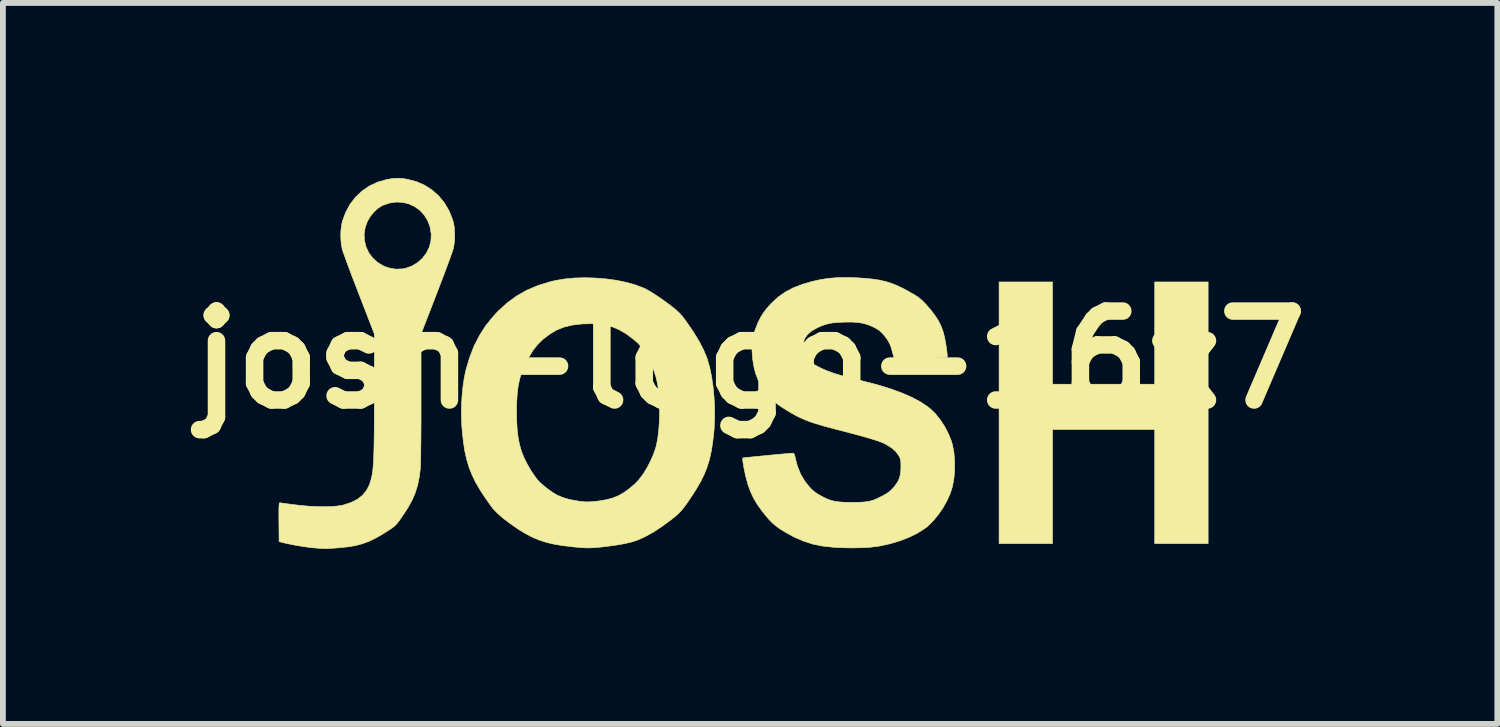
<source format=kicad_pcb>
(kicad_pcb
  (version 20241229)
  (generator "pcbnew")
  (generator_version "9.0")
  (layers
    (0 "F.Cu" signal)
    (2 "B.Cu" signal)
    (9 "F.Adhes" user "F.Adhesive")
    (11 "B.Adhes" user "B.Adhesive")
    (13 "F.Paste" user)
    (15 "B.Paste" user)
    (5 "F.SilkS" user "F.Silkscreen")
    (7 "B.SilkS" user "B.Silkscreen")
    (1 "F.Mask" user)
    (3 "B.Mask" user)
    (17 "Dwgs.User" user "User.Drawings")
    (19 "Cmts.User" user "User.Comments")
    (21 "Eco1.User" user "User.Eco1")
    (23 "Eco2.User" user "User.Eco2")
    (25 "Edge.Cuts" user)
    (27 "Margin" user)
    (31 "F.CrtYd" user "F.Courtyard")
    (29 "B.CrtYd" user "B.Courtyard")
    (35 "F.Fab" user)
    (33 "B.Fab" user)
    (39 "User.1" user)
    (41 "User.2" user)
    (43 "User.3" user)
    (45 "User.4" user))
  (footprint "josh-logo-16x7"
    (layer "F.Cu")
    (at 9.804 3.115)
    (property "Reference" "josh-logo-16x7" (at 0 0 0) (layer "F.SilkS") (effects (font (size 1.524 1.524) (thickness 0.3))))
    (attr through_hole)
    (fp_poly (pts (xy 5.182 0.419) (xy 6.934 0.419) (xy 6.934 -1.333) (xy 7.849 -1.333) (xy 7.849 3.15) (xy 6.934 3.15) (xy 6.934 1.194) (xy 5.182 1.194) (xy 5.182 3.15) (xy 4.267 3.15) (xy 4.267 -1.333) (xy 5.182 -1.333) (xy 5.182 0.419)) (stroke (width 0.01) (type solid)) (fill yes) (layer "F.SilkS"))
    (fp_poly (pts (xy -5.943 -3.104) (xy -5.874 -3.093) (xy -5.719 -3.053) (xy -5.577 -2.991) (xy -5.449 -2.908) (xy -5.335 -2.807) (xy -5.238 -2.688) (xy -5.158 -2.552) (xy -5.098 -2.402) (xy -5.087 -2.362) (xy -5.071 -2.283) (xy -5.064 -2.188) (xy -5.063 -2.088) (xy -5.071 -1.99) (xy -5.086 -1.906) (xy -5.086 -1.905) (xy -5.095 -1.876) (xy -5.112 -1.825) (xy -5.137 -1.756) (xy -5.168 -1.67) (xy -5.205 -1.571) (xy -5.246 -1.46) (xy -5.292 -1.341) (xy -5.34 -1.216) (xy -5.374 -1.126) (xy -5.639 -0.442) (xy -5.639 0.647) (xy -5.639 0.85) (xy -5.639 1.04) (xy -5.64 1.214) (xy -5.641 1.371) (xy -5.643 1.509) (xy -5.644 1.628) (xy -5.646 1.727) (xy -5.648 1.803) (xy -5.651 1.856) (xy -5.652 1.874) (xy -5.671 2.02) (xy -5.698 2.151) (xy -5.736 2.274) (xy -5.787 2.395) (xy -5.853 2.518) (xy -5.937 2.649) (xy -5.967 2.692) (xy -6.009 2.753) (xy -6.043 2.797) (xy -6.073 2.831) (xy -6.103 2.859) (xy -6.139 2.886) (xy -6.187 2.917) (xy -6.192 2.921) (xy -6.318 3) (xy -6.43 3.063) (xy -6.535 3.113) (xy -6.638 3.151) (xy -6.745 3.18) (xy -6.862 3.202) (xy -6.993 3.217) (xy -7.081 3.225) (xy -7.153 3.23) (xy -7.207 3.234) (xy -7.252 3.236) (xy -7.294 3.236) (xy -7.339 3.234) (xy -7.395 3.23) (xy -7.469 3.224) (xy -7.48 3.224) (xy -7.548 3.216) (xy -7.634 3.204) (xy -7.729 3.189) (xy -7.826 3.172) (xy -7.918 3.153) (xy -7.997 3.136) (xy -8.033 3.126) (xy -8.071 3.116) (xy -8.074 2.784) (xy -8.075 2.679) (xy -8.075 2.597) (xy -8.074 2.536) (xy -8.072 2.494) (xy -8.069 2.467) (xy -8.065 2.454) (xy -8.062 2.451) (xy -8.044 2.453) (xy -8.006 2.458) (xy -7.953 2.465) (xy -7.89 2.474) (xy -7.874 2.476) (xy -7.728 2.494) (xy -7.581 2.508) (xy -7.439 2.516) (xy -7.305 2.518) (xy -7.183 2.516) (xy -7.076 2.507) (xy -6.99 2.494) (xy -6.97 2.489) (xy -6.84 2.447) (xy -6.731 2.392) (xy -6.643 2.324) (xy -6.574 2.24) (xy -6.522 2.141) (xy -6.488 2.026) (xy -6.479 1.984) (xy -6.472 1.94) (xy -6.465 1.891) (xy -6.46 1.835) (xy -6.455 1.772) (xy -6.451 1.698) (xy -6.448 1.613) (xy -6.445 1.515) (xy -6.443 1.401) (xy -6.441 1.271) (xy -6.44 1.122) (xy -6.439 0.953) (xy -6.439 0.762) (xy -6.439 0.576) (xy -6.439 -0.443) (xy -6.701 -1.12) (xy -6.75 -1.248) (xy -6.798 -1.371) (xy -6.842 -1.487) (xy -6.882 -1.594) (xy -6.917 -1.689) (xy -6.946 -1.769) (xy -6.969 -1.832) (xy -6.984 -1.876) (xy -6.989 -1.892) (xy -7.006 -1.985) (xy -7.014 -2.09) (xy -7.014 -2.151) (xy -6.614 -2.151) (xy -6.608 -2.04) (xy -6.581 -1.934) (xy -6.535 -1.834) (xy -6.469 -1.746) (xy -6.387 -1.67) (xy -6.289 -1.61) (xy -6.194 -1.574) (xy -6.076 -1.553) (xy -5.958 -1.557) (xy -5.905 -1.567) (xy -5.796 -1.606) (xy -5.698 -1.664) (xy -5.614 -1.74) (xy -5.546 -1.829) (xy -5.497 -1.93) (xy -5.469 -2.039) (xy -5.464 -2.153) (xy -5.465 -2.158) (xy -5.485 -2.279) (xy -5.526 -2.387) (xy -5.585 -2.481) (xy -5.659 -2.561) (xy -5.746 -2.624) (xy -5.844 -2.67) (xy -5.95 -2.697) (xy -6.062 -2.703) (xy -6.177 -2.686) (xy -6.292 -2.647) (xy -6.311 -2.638) (xy -6.381 -2.593) (xy -6.449 -2.53) (xy -6.51 -2.454) (xy -6.557 -2.374) (xy -6.597 -2.263) (xy -6.614 -2.151) (xy -7.014 -2.151) (xy -7.013 -2.199) (xy -7.002 -2.301) (xy -6.987 -2.372) (xy -6.931 -2.525) (xy -6.856 -2.663) (xy -6.762 -2.786) (xy -6.652 -2.89) (xy -6.526 -2.977) (xy -6.386 -3.043) (xy -6.234 -3.087) (xy -6.204 -3.093) (xy -6.11 -3.107) (xy -6.028 -3.11) (xy -5.943 -3.104)) (stroke (width 0.01) (type solid)) (fill yes) (layer "F.SilkS"))
    (fp_poly (pts (xy -2.642 -1.4) (xy -2.46 -1.385) (xy -2.283 -1.36) (xy -2.116 -1.325) (xy -1.963 -1.282) (xy -1.828 -1.23) (xy -1.784 -1.21) (xy -1.719 -1.173) (xy -1.64 -1.124) (xy -1.552 -1.066) (xy -1.46 -1.001) (xy -1.369 -0.934) (xy -1.34 -0.911) (xy -1.277 -0.861) (xy -1.228 -0.817) (xy -1.186 -0.774) (xy -1.144 -0.723) (xy -1.096 -0.658) (xy -1.094 -0.655) (xy -0.974 -0.481) (xy -0.876 -0.32) (xy -0.798 -0.171) (xy -0.741 -0.035) (xy -0.732 -0.008) (xy -0.693 0.13) (xy -0.66 0.288) (xy -0.635 0.459) (xy -0.618 0.64) (xy -0.608 0.824) (xy -0.608 1.007) (xy -0.616 1.184) (xy -0.622 1.251) (xy -0.642 1.423) (xy -0.667 1.576) (xy -0.698 1.713) (xy -0.737 1.84) (xy -0.786 1.963) (xy -0.846 2.085) (xy -0.92 2.213) (xy -0.987 2.318) (xy -1.047 2.408) (xy -1.097 2.48) (xy -1.141 2.538) (xy -1.181 2.587) (xy -1.222 2.63) (xy -1.267 2.671) (xy -1.319 2.714) (xy -1.348 2.737) (xy -1.511 2.857) (xy -1.663 2.957) (xy -1.805 3.035) (xy -1.938 3.093) (xy -2.03 3.123) (xy -2.114 3.143) (xy -2.214 3.163) (xy -2.326 3.181) (xy -2.443 3.197) (xy -2.557 3.21) (xy -2.664 3.219) (xy -2.756 3.224) (xy -2.8 3.224) (xy -2.838 3.222) (xy -2.893 3.219) (xy -2.959 3.213) (xy -3.028 3.207) (xy -3.032 3.206) (xy -3.203 3.186) (xy -3.352 3.162) (xy -3.486 3.131) (xy -3.609 3.092) (xy -3.725 3.044) (xy -3.839 2.985) (xy -3.956 2.914) (xy -3.975 2.902) (xy -4.114 2.806) (xy -4.233 2.715) (xy -4.33 2.63) (xy -4.405 2.552) (xy -4.432 2.517) (xy -4.539 2.366) (xy -4.629 2.228) (xy -4.705 2.097) (xy -4.767 1.969) (xy -4.817 1.841) (xy -4.857 1.707) (xy -4.889 1.563) (xy -4.913 1.406) (xy -4.932 1.23) (xy -4.941 1.115) (xy -4.947 0.957) (xy -4.947 0.882) (xy -4.002 0.882) (xy -4 1.051) (xy -3.991 1.201) (xy -3.975 1.333) (xy -3.951 1.454) (xy -3.918 1.568) (xy -3.874 1.678) (xy -3.819 1.789) (xy -3.751 1.905) (xy -3.749 1.907) (xy -3.695 1.989) (xy -3.647 2.053) (xy -3.599 2.105) (xy -3.578 2.123) (xy -3.48 2.205) (xy -3.39 2.27) (xy -3.303 2.321) (xy -3.212 2.36) (xy -3.113 2.39) (xy -2.998 2.413) (xy -2.889 2.43) (xy -2.808 2.436) (xy -2.716 2.433) (xy -2.607 2.422) (xy -2.591 2.42) (xy -2.467 2.399) (xy -2.36 2.371) (xy -2.263 2.333) (xy -2.171 2.282) (xy -2.077 2.215) (xy -1.976 2.129) (xy -1.973 2.127) (xy -1.905 2.055) (xy -1.836 1.964) (xy -1.77 1.858) (xy -1.71 1.743) (xy -1.658 1.626) (xy -1.618 1.51) (xy -1.607 1.472) (xy -1.584 1.359) (xy -1.567 1.226) (xy -1.556 1.079) (xy -1.551 0.925) (xy -1.553 0.767) (xy -1.561 0.612) (xy -1.563 0.591) (xy -1.58 0.448) (xy -1.606 0.319) (xy -1.644 0.198) (xy -1.695 0.076) (xy -1.763 -0.052) (xy -1.793 -0.104) (xy -1.832 -0.168) (xy -1.865 -0.217) (xy -1.895 -0.255) (xy -1.929 -0.291) (xy -1.973 -0.329) (xy -2.006 -0.357) (xy -2.114 -0.438) (xy -2.225 -0.505) (xy -2.333 -0.554) (xy -2.405 -0.577) (xy -2.555 -0.606) (xy -2.716 -0.618) (xy -2.879 -0.614) (xy -3.038 -0.596) (xy -3.185 -0.561) (xy -3.2 -0.556) (xy -3.316 -0.509) (xy -3.431 -0.441) (xy -3.541 -0.358) (xy -3.638 -0.264) (xy -3.718 -0.165) (xy -3.732 -0.142) (xy -3.806 -0.018) (xy -3.866 0.099) (xy -3.913 0.214) (xy -3.949 0.33) (xy -3.975 0.454) (xy -3.991 0.588) (xy -4 0.739) (xy -4.002 0.882) (xy -4.947 0.882) (xy -4.946 0.79) (xy -4.936 0.621) (xy -4.92 0.457) (xy -4.897 0.304) (xy -4.869 0.171) (xy -4.805 -0.043) (xy -4.729 -0.238) (xy -4.637 -0.417) (xy -4.53 -0.584) (xy -4.403 -0.741) (xy -4.321 -0.83) (xy -4.168 -0.97) (xy -4.005 -1.09) (xy -3.83 -1.19) (xy -3.639 -1.271) (xy -3.432 -1.335) (xy -3.335 -1.358) (xy -3.176 -1.385) (xy -3.004 -1.401) (xy -2.824 -1.406) (xy -2.642 -1.4)) (stroke (width 0.01) (type solid)) (fill yes) (layer "F.SilkS"))
    (fp_poly (pts (xy 1.821 -1.405) (xy 1.947 -1.397) (xy 2.089 -1.384) (xy 2.215 -1.365) (xy 2.33 -1.339) (xy 2.441 -1.303) (xy 2.552 -1.256) (xy 2.671 -1.196) (xy 2.802 -1.121) (xy 2.805 -1.12) (xy 2.874 -1.076) (xy 2.931 -1.031) (xy 2.987 -0.977) (xy 3.021 -0.941) (xy 3.106 -0.841) (xy 3.174 -0.751) (xy 3.228 -0.667) (xy 3.269 -0.584) (xy 3.302 -0.498) (xy 3.315 -0.455) (xy 3.328 -0.402) (xy 3.342 -0.335) (xy 3.355 -0.262) (xy 3.366 -0.191) (xy 3.374 -0.128) (xy 3.378 -0.082) (xy 3.378 -0.075) (xy 3.378 -0.042) (xy 2.937 -0.024) (xy 2.833 -0.02) (xy 2.738 -0.016) (xy 2.653 -0.013) (xy 2.582 -0.01) (xy 2.528 -0.008) (xy 2.495 -0.007) (xy 2.484 -0.007) (xy 2.475 -0.018) (xy 2.464 -0.048) (xy 2.45 -0.092) (xy 2.444 -0.114) (xy 2.424 -0.189) (xy 2.405 -0.247) (xy 2.382 -0.295) (xy 2.354 -0.342) (xy 2.32 -0.39) (xy 2.265 -0.456) (xy 2.207 -0.507) (xy 2.138 -0.549) (xy 2.065 -0.583) (xy 1.99 -0.61) (xy 1.913 -0.629) (xy 1.828 -0.641) (xy 1.73 -0.646) (xy 1.613 -0.645) (xy 1.594 -0.644) (xy 1.493 -0.639) (xy 1.411 -0.631) (xy 1.34 -0.618) (xy 1.274 -0.599) (xy 1.206 -0.573) (xy 1.15 -0.548) (xy 1.054 -0.493) (xy 0.982 -0.431) (xy 0.934 -0.362) (xy 0.909 -0.283) (xy 0.907 -0.195) (xy 0.914 -0.146) (xy 0.939 -0.073) (xy 0.981 -0.01) (xy 1.043 0.046) (xy 1.105 0.086) (xy 1.169 0.121) (xy 1.233 0.152) (xy 1.299 0.181) (xy 1.371 0.209) (xy 1.451 0.237) (xy 1.544 0.265) (xy 1.652 0.294) (xy 1.778 0.327) (xy 1.926 0.363) (xy 1.949 0.369) (xy 2.192 0.432) (xy 2.41 0.499) (xy 2.603 0.57) (xy 2.774 0.644) (xy 2.921 0.723) (xy 3.045 0.806) (xy 3.089 0.841) (xy 3.174 0.923) (xy 3.256 1.025) (xy 3.331 1.139) (xy 3.395 1.26) (xy 3.445 1.382) (xy 3.467 1.455) (xy 3.493 1.588) (xy 3.505 1.734) (xy 3.505 1.886) (xy 3.493 2.036) (xy 3.467 2.174) (xy 3.466 2.178) (xy 3.428 2.296) (xy 3.372 2.42) (xy 3.302 2.543) (xy 3.221 2.66) (xy 3.133 2.765) (xy 3.042 2.854) (xy 2.999 2.888) (xy 2.874 2.968) (xy 2.729 3.04) (xy 2.569 3.102) (xy 2.399 3.153) (xy 2.224 3.191) (xy 2.065 3.212) (xy 1.974 3.219) (xy 1.865 3.222) (xy 1.746 3.224) (xy 1.624 3.222) (xy 1.506 3.218) (xy 1.414 3.212) (xy 1.238 3.192) (xy 1.079 3.16) (xy 0.929 3.113) (xy 0.781 3.05) (xy 0.724 3.021) (xy 0.614 2.961) (xy 0.523 2.906) (xy 0.448 2.852) (xy 0.382 2.797) (xy 0.323 2.736) (xy 0.307 2.718) (xy 0.208 2.597) (xy 0.127 2.484) (xy 0.06 2.372) (xy 0.006 2.257) (xy -0.038 2.133) (xy -0.076 1.994) (xy -0.106 1.85) (xy -0.119 1.775) (xy -0.126 1.724) (xy -0.127 1.693) (xy -0.122 1.683) (xy -0.107 1.68) (xy -0.069 1.676) (xy -0.014 1.67) (xy 0.056 1.663) (xy 0.136 1.655) (xy 0.223 1.647) (xy 0.314 1.638) (xy 0.404 1.629) (xy 0.49 1.621) (xy 0.569 1.614) (xy 0.636 1.608) (xy 0.688 1.603) (xy 0.722 1.601) (xy 0.732 1.6) (xy 0.747 1.605) (xy 0.758 1.621) (xy 0.768 1.655) (xy 0.773 1.68) (xy 0.812 1.827) (xy 0.865 1.958) (xy 0.935 2.077) (xy 1.006 2.168) (xy 1.056 2.222) (xy 1.11 2.268) (xy 1.175 2.311) (xy 1.257 2.356) (xy 1.271 2.363) (xy 1.331 2.39) (xy 1.39 2.411) (xy 1.453 2.426) (xy 1.525 2.436) (xy 1.611 2.442) (xy 1.716 2.444) (xy 1.746 2.444) (xy 1.85 2.443) (xy 1.934 2.439) (xy 2.004 2.432) (xy 2.064 2.42) (xy 2.122 2.402) (xy 2.181 2.377) (xy 2.226 2.355) (xy 2.304 2.314) (xy 2.364 2.277) (xy 2.412 2.239) (xy 2.454 2.196) (xy 2.476 2.169) (xy 2.524 2.102) (xy 2.557 2.036) (xy 2.575 1.963) (xy 2.584 1.877) (xy 2.584 1.835) (xy 2.584 1.775) (xy 2.581 1.733) (xy 2.575 1.7) (xy 2.563 1.671) (xy 2.547 1.641) (xy 2.497 1.573) (xy 2.424 1.509) (xy 2.331 1.451) (xy 2.299 1.434) (xy 2.248 1.413) (xy 2.177 1.387) (xy 2.084 1.358) (xy 1.97 1.324) (xy 1.832 1.286) (xy 1.671 1.243) (xy 1.511 1.202) (xy 1.364 1.163) (xy 1.238 1.129) (xy 1.129 1.096) (xy 1.033 1.065) (xy 0.948 1.032) (xy 0.869 0.998) (xy 0.792 0.96) (xy 0.714 0.917) (xy 0.631 0.867) (xy 0.591 0.842) (xy 0.523 0.798) (xy 0.47 0.761) (xy 0.426 0.723) (xy 0.383 0.681) (xy 0.335 0.627) (xy 0.332 0.624) (xy 0.249 0.522) (xy 0.184 0.428) (xy 0.134 0.336) (xy 0.096 0.239) (xy 0.068 0.131) (xy 0.047 0.006) (xy 0.044 -0.009) (xy 0.032 -0.174) (xy 0.042 -0.329) (xy 0.075 -0.479) (xy 0.131 -0.628) (xy 0.153 -0.673) (xy 0.189 -0.741) (xy 0.226 -0.8) (xy 0.268 -0.857) (xy 0.32 -0.918) (xy 0.377 -0.979) (xy 0.485 -1.078) (xy 0.606 -1.162) (xy 0.743 -1.234) (xy 0.9 -1.294) (xy 0.926 -1.303) (xy 1.069 -1.343) (xy 1.207 -1.374) (xy 1.346 -1.395) (xy 1.492 -1.407) (xy 1.649 -1.41) (xy 1.821 -1.405)) (stroke (width 0.01) (type solid)) (fill yes) (layer "F.SilkS")))
  (gr_rect
    (start -3 -3)
    (end 22.609 9.356)
    (stroke (width 0.1) (type default))
    (fill no)
    (layer "Edge.Cuts")))
</source>
